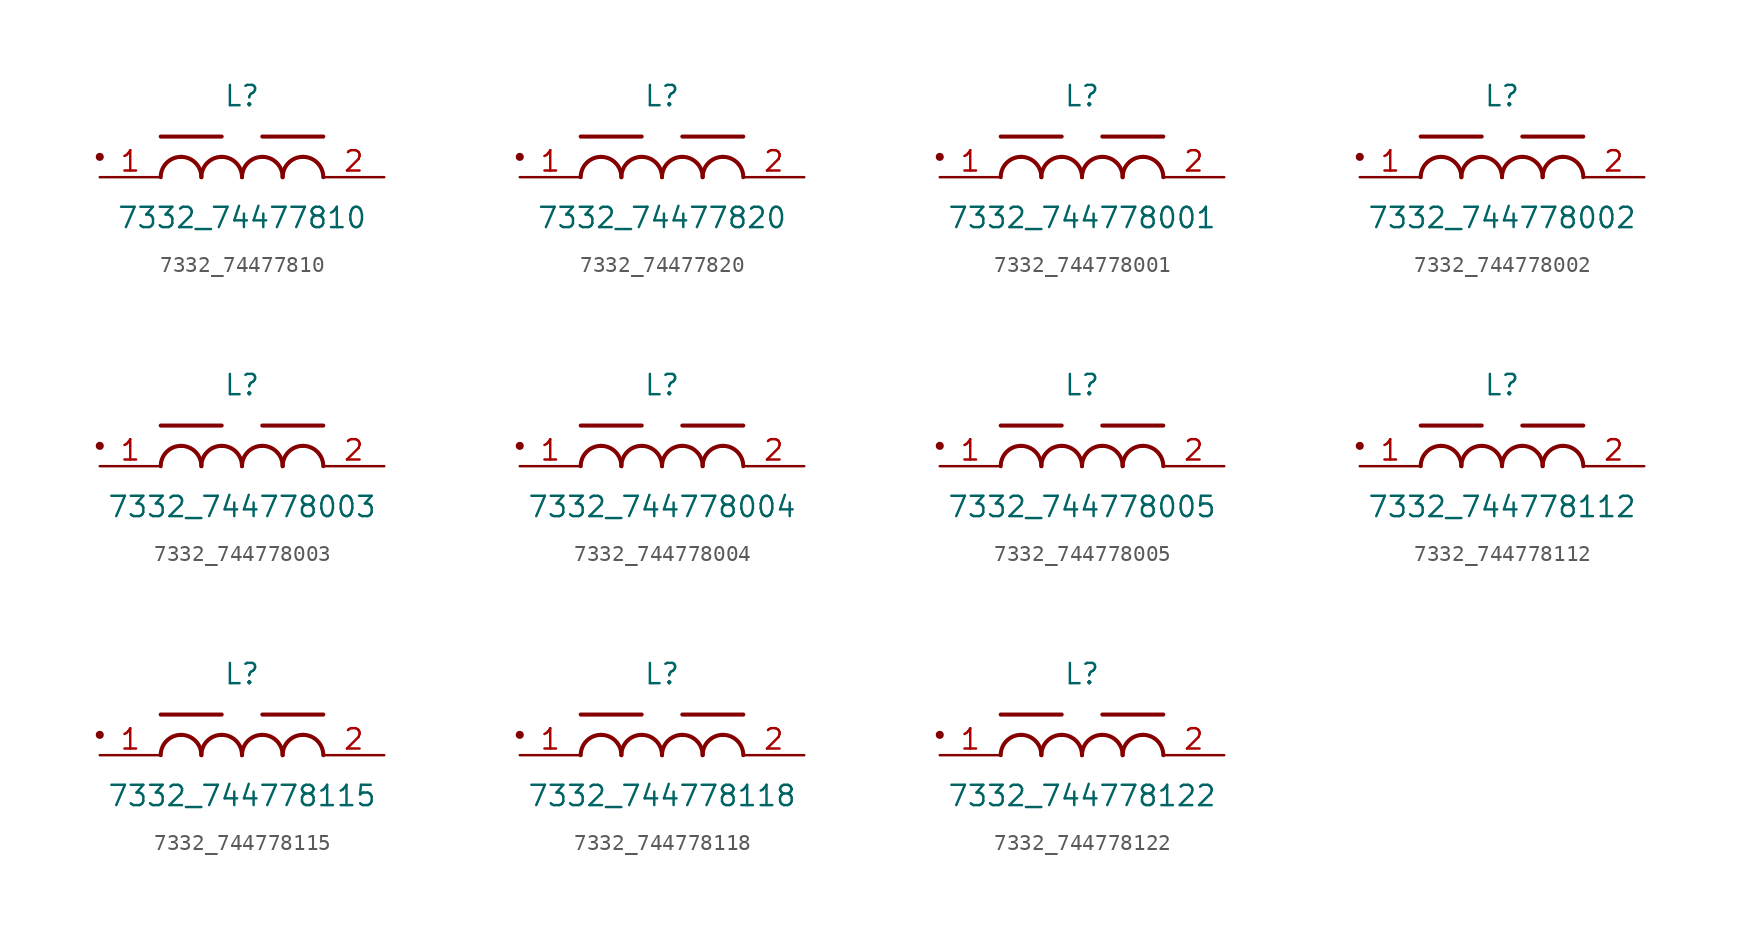
<source format=kicad_sym>
(kicad_symbol_lib
  (version 20211014)
  (generator kicad_symbol_editor)
  (symbol "Inductor_Wurth_WE-PD:7332_74477810"
    (pin_names hide)
    (property "Reference" "L"
      (at 0 5.08 0)
      (effects (font (size 1.27 1.27))))
    (property "Value" "7332_74477810"
      (at 0 -2.54 0)
      (effects (font (size 1.27 1.27))))
    (symbol "7332_74477810_0_1"
      (circle (center -8.89 1.27) (radius 0.0001) (stroke (width 0.254)) (stroke (width 0.254) (type default) (color 0 0 0 0)) (fill (type none)))
      (arc (start -3.81 1.27) (mid -4.708 0.898) (end -5.08 0) (stroke (width 0.254) (type default) (color 0 0 0 0)) (fill (type none)))
      (arc (start -2.54 0) (mid -2.912 0.898) (end -3.81 1.27) (stroke (width 0.254) (type default) (color 0 0 0 0)) (fill (type none)))
      (arc (start -1.2699 1.2701) (mid -2.1679 0.8981) (end -2.5399 0.0001) (stroke (width 0.254) (type default) (color 0 0 0 0)) (fill (type none)))
      (polyline (pts (xy -5.08 2.54) (xy -1.27 2.54)) (stroke (width 0.254) (type default) (color 0 0 0 0)) (fill (type none)))
      (polyline (pts (xy 5.08 2.54) (xy 1.27 2.54)) (stroke (width 0.254) (type default) (color 0 0 0 0)) (fill (type none)))
      (arc (start 0.0001 0.0001) (mid -0.3719 0.8981) (end -1.2699 1.2701) (stroke (width 0.254) (type default) (color 0 0 0 0)) (fill (type none)))
      (arc (start 1.2701 1.2701) (mid 0.3721 0.8981) (end 0.0001 0.0001) (stroke (width 0.254) (type default) (color 0 0 0 0)) (fill (type none)))
      (arc (start 2.5401 0.0001) (mid 2.1681 0.8981) (end 1.2701 1.2701) (stroke (width 0.254) (type default) (color 0 0 0 0)) (fill (type none)))
      (arc (start 3.8101 1.2701) (mid 2.9121 0.8981) (end 2.5401 0.0001) (stroke (width 0.254) (type default) (color 0 0 0 0)) (fill (type none)))
      (arc (start 5.0801 0.0001) (mid 4.7081 0.8981) (end 3.8101 1.2701) (stroke (width 0.254) (type default) (color 0 0 0 0)) (fill (type none))))
    (symbol "7332_74477810_1_1"
      (pin passive line (at -8.89 0 0) (length 3.81) (name "1" (effects (font (size 1.27 1.27)))) (number "1" (effects (font (size 1.27 1.27)))))
      (pin passive line (at 8.89 0 180) (length 3.81) (name "2" (effects (font (size 1.27 1.27)))) (number "2" (effects (font (size 1.27 1.27)))))))
  (symbol "Inductor_Wurth_WE-PD:7332_74477820"
    (pin_names hide)
    (property "Reference" "L"
      (at 0 5.08 0)
      (effects (font (size 1.27 1.27))))
    (property "Value" "7332_74477820"
      (at 0 -2.54 0)
      (effects (font (size 1.27 1.27))))
    (symbol "7332_74477820_0_1"
      (circle (center -8.89 1.27) (radius 0.0001) (stroke (width 0.254)) (stroke (width 0.254) (type default) (color 0 0 0 0)) (fill (type none)))
      (arc (start -3.81 1.27) (mid -4.708 0.898) (end -5.08 0) (stroke (width 0.254) (type default) (color 0 0 0 0)) (fill (type none)))
      (arc (start -2.54 0) (mid -2.912 0.898) (end -3.81 1.27) (stroke (width 0.254) (type default) (color 0 0 0 0)) (fill (type none)))
      (arc (start -1.2699 1.2701) (mid -2.1679 0.8981) (end -2.5399 0.0001) (stroke (width 0.254) (type default) (color 0 0 0 0)) (fill (type none)))
      (polyline (pts (xy -5.08 2.54) (xy -1.27 2.54)) (stroke (width 0.254) (type default) (color 0 0 0 0)) (fill (type none)))
      (polyline (pts (xy 5.08 2.54) (xy 1.27 2.54)) (stroke (width 0.254) (type default) (color 0 0 0 0)) (fill (type none)))
      (arc (start 0.0001 0.0001) (mid -0.3719 0.8981) (end -1.2699 1.2701) (stroke (width 0.254) (type default) (color 0 0 0 0)) (fill (type none)))
      (arc (start 1.2701 1.2701) (mid 0.3721 0.8981) (end 0.0001 0.0001) (stroke (width 0.254) (type default) (color 0 0 0 0)) (fill (type none)))
      (arc (start 2.5401 0.0001) (mid 2.1681 0.8981) (end 1.2701 1.2701) (stroke (width 0.254) (type default) (color 0 0 0 0)) (fill (type none)))
      (arc (start 3.8101 1.2701) (mid 2.9121 0.8981) (end 2.5401 0.0001) (stroke (width 0.254) (type default) (color 0 0 0 0)) (fill (type none)))
      (arc (start 5.0801 0.0001) (mid 4.7081 0.8981) (end 3.8101 1.2701) (stroke (width 0.254) (type default) (color 0 0 0 0)) (fill (type none))))
    (symbol "7332_74477820_1_1"
      (pin passive line (at -8.89 0 0) (length 3.81) (name "1" (effects (font (size 1.27 1.27)))) (number "1" (effects (font (size 1.27 1.27)))))
      (pin passive line (at 8.89 0 180) (length 3.81) (name "2" (effects (font (size 1.27 1.27)))) (number "2" (effects (font (size 1.27 1.27)))))))
  (symbol "Inductor_Wurth_WE-PD:7332_744778001"
    (pin_names hide)
    (property "Reference" "L"
      (at 0 5.08 0)
      (effects (font (size 1.27 1.27))))
    (property "Value" "7332_744778001"
      (at 0 -2.54 0)
      (effects (font (size 1.27 1.27))))
    (symbol "7332_744778001_0_1"
      (circle (center -8.89 1.27) (radius 0.0001) (stroke (width 0.254)) (stroke (width 0.254) (type default) (color 0 0 0 0)) (fill (type none)))
      (arc (start -3.81 1.27) (mid -4.708 0.898) (end -5.08 0) (stroke (width 0.254) (type default) (color 0 0 0 0)) (fill (type none)))
      (arc (start -2.54 0) (mid -2.912 0.898) (end -3.81 1.27) (stroke (width 0.254) (type default) (color 0 0 0 0)) (fill (type none)))
      (arc (start -1.2699 1.2701) (mid -2.1679 0.8981) (end -2.5399 0.0001) (stroke (width 0.254) (type default) (color 0 0 0 0)) (fill (type none)))
      (polyline (pts (xy -5.08 2.54) (xy -1.27 2.54)) (stroke (width 0.254) (type default) (color 0 0 0 0)) (fill (type none)))
      (polyline (pts (xy 5.08 2.54) (xy 1.27 2.54)) (stroke (width 0.254) (type default) (color 0 0 0 0)) (fill (type none)))
      (arc (start 0.0001 0.0001) (mid -0.3719 0.8981) (end -1.2699 1.2701) (stroke (width 0.254) (type default) (color 0 0 0 0)) (fill (type none)))
      (arc (start 1.2701 1.2701) (mid 0.3721 0.8981) (end 0.0001 0.0001) (stroke (width 0.254) (type default) (color 0 0 0 0)) (fill (type none)))
      (arc (start 2.5401 0.0001) (mid 2.1681 0.8981) (end 1.2701 1.2701) (stroke (width 0.254) (type default) (color 0 0 0 0)) (fill (type none)))
      (arc (start 3.8101 1.2701) (mid 2.9121 0.8981) (end 2.5401 0.0001) (stroke (width 0.254) (type default) (color 0 0 0 0)) (fill (type none)))
      (arc (start 5.0801 0.0001) (mid 4.7081 0.8981) (end 3.8101 1.2701) (stroke (width 0.254) (type default) (color 0 0 0 0)) (fill (type none))))
    (symbol "7332_744778001_1_1"
      (pin passive line (at -8.89 0 0) (length 3.81) (name "1" (effects (font (size 1.27 1.27)))) (number "1" (effects (font (size 1.27 1.27)))))
      (pin passive line (at 8.89 0 180) (length 3.81) (name "2" (effects (font (size 1.27 1.27)))) (number "2" (effects (font (size 1.27 1.27)))))))
  (symbol "Inductor_Wurth_WE-PD:7332_744778002"
    (pin_names hide)
    (property "Reference" "L"
      (at 0 5.08 0)
      (effects (font (size 1.27 1.27))))
    (property "Value" "7332_744778002"
      (at 0 -2.54 0)
      (effects (font (size 1.27 1.27))))
    (symbol "7332_744778002_0_1"
      (circle (center -8.89 1.27) (radius 0.0001) (stroke (width 0.254)) (stroke (width 0.254) (type default) (color 0 0 0 0)) (fill (type none)))
      (arc (start -3.81 1.27) (mid -4.708 0.898) (end -5.08 0) (stroke (width 0.254) (type default) (color 0 0 0 0)) (fill (type none)))
      (arc (start -2.54 0) (mid -2.912 0.898) (end -3.81 1.27) (stroke (width 0.254) (type default) (color 0 0 0 0)) (fill (type none)))
      (arc (start -1.2699 1.2701) (mid -2.1679 0.8981) (end -2.5399 0.0001) (stroke (width 0.254) (type default) (color 0 0 0 0)) (fill (type none)))
      (polyline (pts (xy -5.08 2.54) (xy -1.27 2.54)) (stroke (width 0.254) (type default) (color 0 0 0 0)) (fill (type none)))
      (polyline (pts (xy 5.08 2.54) (xy 1.27 2.54)) (stroke (width 0.254) (type default) (color 0 0 0 0)) (fill (type none)))
      (arc (start 0.0001 0.0001) (mid -0.3719 0.8981) (end -1.2699 1.2701) (stroke (width 0.254) (type default) (color 0 0 0 0)) (fill (type none)))
      (arc (start 1.2701 1.2701) (mid 0.3721 0.8981) (end 0.0001 0.0001) (stroke (width 0.254) (type default) (color 0 0 0 0)) (fill (type none)))
      (arc (start 2.5401 0.0001) (mid 2.1681 0.8981) (end 1.2701 1.2701) (stroke (width 0.254) (type default) (color 0 0 0 0)) (fill (type none)))
      (arc (start 3.8101 1.2701) (mid 2.9121 0.8981) (end 2.5401 0.0001) (stroke (width 0.254) (type default) (color 0 0 0 0)) (fill (type none)))
      (arc (start 5.0801 0.0001) (mid 4.7081 0.8981) (end 3.8101 1.2701) (stroke (width 0.254) (type default) (color 0 0 0 0)) (fill (type none))))
    (symbol "7332_744778002_1_1"
      (pin passive line (at -8.89 0 0) (length 3.81) (name "1" (effects (font (size 1.27 1.27)))) (number "1" (effects (font (size 1.27 1.27)))))
      (pin passive line (at 8.89 0 180) (length 3.81) (name "2" (effects (font (size 1.27 1.27)))) (number "2" (effects (font (size 1.27 1.27)))))))
  (symbol "Inductor_Wurth_WE-PD:7332_744778003"
    (pin_names hide)
    (property "Reference" "L"
      (at 0 5.08 0)
      (effects (font (size 1.27 1.27))))
    (property "Value" "7332_744778003"
      (at 0 -2.54 0)
      (effects (font (size 1.27 1.27))))
    (symbol "7332_744778003_0_1"
      (circle (center -8.89 1.27) (radius 0.0001) (stroke (width 0.254)) (stroke (width 0.254) (type default) (color 0 0 0 0)) (fill (type none)))
      (arc (start -3.81 1.27) (mid -4.708 0.898) (end -5.08 0) (stroke (width 0.254) (type default) (color 0 0 0 0)) (fill (type none)))
      (arc (start -2.54 0) (mid -2.912 0.898) (end -3.81 1.27) (stroke (width 0.254) (type default) (color 0 0 0 0)) (fill (type none)))
      (arc (start -1.2699 1.2701) (mid -2.1679 0.8981) (end -2.5399 0.0001) (stroke (width 0.254) (type default) (color 0 0 0 0)) (fill (type none)))
      (polyline (pts (xy -5.08 2.54) (xy -1.27 2.54)) (stroke (width 0.254) (type default) (color 0 0 0 0)) (fill (type none)))
      (polyline (pts (xy 5.08 2.54) (xy 1.27 2.54)) (stroke (width 0.254) (type default) (color 0 0 0 0)) (fill (type none)))
      (arc (start 0.0001 0.0001) (mid -0.3719 0.8981) (end -1.2699 1.2701) (stroke (width 0.254) (type default) (color 0 0 0 0)) (fill (type none)))
      (arc (start 1.2701 1.2701) (mid 0.3721 0.8981) (end 0.0001 0.0001) (stroke (width 0.254) (type default) (color 0 0 0 0)) (fill (type none)))
      (arc (start 2.5401 0.0001) (mid 2.1681 0.8981) (end 1.2701 1.2701) (stroke (width 0.254) (type default) (color 0 0 0 0)) (fill (type none)))
      (arc (start 3.8101 1.2701) (mid 2.9121 0.8981) (end 2.5401 0.0001) (stroke (width 0.254) (type default) (color 0 0 0 0)) (fill (type none)))
      (arc (start 5.0801 0.0001) (mid 4.7081 0.8981) (end 3.8101 1.2701) (stroke (width 0.254) (type default) (color 0 0 0 0)) (fill (type none))))
    (symbol "7332_744778003_1_1"
      (pin passive line (at -8.89 0 0) (length 3.81) (name "1" (effects (font (size 1.27 1.27)))) (number "1" (effects (font (size 1.27 1.27)))))
      (pin passive line (at 8.89 0 180) (length 3.81) (name "2" (effects (font (size 1.27 1.27)))) (number "2" (effects (font (size 1.27 1.27)))))))
  (symbol "Inductor_Wurth_WE-PD:7332_744778004"
    (pin_names hide)
    (property "Reference" "L"
      (at 0 5.08 0)
      (effects (font (size 1.27 1.27))))
    (property "Value" "7332_744778004"
      (at 0 -2.54 0)
      (effects (font (size 1.27 1.27))))
    (symbol "7332_744778004_0_1"
      (circle (center -8.89 1.27) (radius 0.0001) (stroke (width 0.254)) (stroke (width 0.254) (type default) (color 0 0 0 0)) (fill (type none)))
      (arc (start -3.81 1.27) (mid -4.708 0.898) (end -5.08 0) (stroke (width 0.254) (type default) (color 0 0 0 0)) (fill (type none)))
      (arc (start -2.54 0) (mid -2.912 0.898) (end -3.81 1.27) (stroke (width 0.254) (type default) (color 0 0 0 0)) (fill (type none)))
      (arc (start -1.2699 1.2701) (mid -2.1679 0.8981) (end -2.5399 0.0001) (stroke (width 0.254) (type default) (color 0 0 0 0)) (fill (type none)))
      (polyline (pts (xy -5.08 2.54) (xy -1.27 2.54)) (stroke (width 0.254) (type default) (color 0 0 0 0)) (fill (type none)))
      (polyline (pts (xy 5.08 2.54) (xy 1.27 2.54)) (stroke (width 0.254) (type default) (color 0 0 0 0)) (fill (type none)))
      (arc (start 0.0001 0.0001) (mid -0.3719 0.8981) (end -1.2699 1.2701) (stroke (width 0.254) (type default) (color 0 0 0 0)) (fill (type none)))
      (arc (start 1.2701 1.2701) (mid 0.3721 0.8981) (end 0.0001 0.0001) (stroke (width 0.254) (type default) (color 0 0 0 0)) (fill (type none)))
      (arc (start 2.5401 0.0001) (mid 2.1681 0.8981) (end 1.2701 1.2701) (stroke (width 0.254) (type default) (color 0 0 0 0)) (fill (type none)))
      (arc (start 3.8101 1.2701) (mid 2.9121 0.8981) (end 2.5401 0.0001) (stroke (width 0.254) (type default) (color 0 0 0 0)) (fill (type none)))
      (arc (start 5.0801 0.0001) (mid 4.7081 0.8981) (end 3.8101 1.2701) (stroke (width 0.254) (type default) (color 0 0 0 0)) (fill (type none))))
    (symbol "7332_744778004_1_1"
      (pin passive line (at -8.89 0 0) (length 3.81) (name "1" (effects (font (size 1.27 1.27)))) (number "1" (effects (font (size 1.27 1.27)))))
      (pin passive line (at 8.89 0 180) (length 3.81) (name "2" (effects (font (size 1.27 1.27)))) (number "2" (effects (font (size 1.27 1.27)))))))
  (symbol "Inductor_Wurth_WE-PD:7332_744778005"
    (pin_names hide)
    (property "Reference" "L"
      (at 0 5.08 0)
      (effects (font (size 1.27 1.27))))
    (property "Value" "7332_744778005"
      (at 0 -2.54 0)
      (effects (font (size 1.27 1.27))))
    (symbol "7332_744778005_0_1"
      (circle (center -8.89 1.27) (radius 0.0001) (stroke (width 0.254)) (stroke (width 0.254) (type default) (color 0 0 0 0)) (fill (type none)))
      (arc (start -3.81 1.27) (mid -4.708 0.898) (end -5.08 0) (stroke (width 0.254) (type default) (color 0 0 0 0)) (fill (type none)))
      (arc (start -2.54 0) (mid -2.912 0.898) (end -3.81 1.27) (stroke (width 0.254) (type default) (color 0 0 0 0)) (fill (type none)))
      (arc (start -1.2699 1.2701) (mid -2.1679 0.8981) (end -2.5399 0.0001) (stroke (width 0.254) (type default) (color 0 0 0 0)) (fill (type none)))
      (polyline (pts (xy -5.08 2.54) (xy -1.27 2.54)) (stroke (width 0.254) (type default) (color 0 0 0 0)) (fill (type none)))
      (polyline (pts (xy 5.08 2.54) (xy 1.27 2.54)) (stroke (width 0.254) (type default) (color 0 0 0 0)) (fill (type none)))
      (arc (start 0.0001 0.0001) (mid -0.3719 0.8981) (end -1.2699 1.2701) (stroke (width 0.254) (type default) (color 0 0 0 0)) (fill (type none)))
      (arc (start 1.2701 1.2701) (mid 0.3721 0.8981) (end 0.0001 0.0001) (stroke (width 0.254) (type default) (color 0 0 0 0)) (fill (type none)))
      (arc (start 2.5401 0.0001) (mid 2.1681 0.8981) (end 1.2701 1.2701) (stroke (width 0.254) (type default) (color 0 0 0 0)) (fill (type none)))
      (arc (start 3.8101 1.2701) (mid 2.9121 0.8981) (end 2.5401 0.0001) (stroke (width 0.254) (type default) (color 0 0 0 0)) (fill (type none)))
      (arc (start 5.0801 0.0001) (mid 4.7081 0.8981) (end 3.8101 1.2701) (stroke (width 0.254) (type default) (color 0 0 0 0)) (fill (type none))))
    (symbol "7332_744778005_1_1"
      (pin passive line (at -8.89 0 0) (length 3.81) (name "1" (effects (font (size 1.27 1.27)))) (number "1" (effects (font (size 1.27 1.27)))))
      (pin passive line (at 8.89 0 180) (length 3.81) (name "2" (effects (font (size 1.27 1.27)))) (number "2" (effects (font (size 1.27 1.27)))))))
  (symbol "Inductor_Wurth_WE-PD:7332_744778112"
    (pin_names hide)
    (property "Reference" "L"
      (at 0 5.08 0)
      (effects (font (size 1.27 1.27))))
    (property "Value" "7332_744778112"
      (at 0 -2.54 0)
      (effects (font (size 1.27 1.27))))
    (symbol "7332_744778112_0_1"
      (circle (center -8.89 1.27) (radius 0.0001) (stroke (width 0.254)) (stroke (width 0.254) (type default) (color 0 0 0 0)) (fill (type none)))
      (arc (start -3.81 1.27) (mid -4.708 0.898) (end -5.08 0) (stroke (width 0.254) (type default) (color 0 0 0 0)) (fill (type none)))
      (arc (start -2.54 0) (mid -2.912 0.898) (end -3.81 1.27) (stroke (width 0.254) (type default) (color 0 0 0 0)) (fill (type none)))
      (arc (start -1.2699 1.2701) (mid -2.1679 0.8981) (end -2.5399 0.0001) (stroke (width 0.254) (type default) (color 0 0 0 0)) (fill (type none)))
      (polyline (pts (xy -5.08 2.54) (xy -1.27 2.54)) (stroke (width 0.254) (type default) (color 0 0 0 0)) (fill (type none)))
      (polyline (pts (xy 5.08 2.54) (xy 1.27 2.54)) (stroke (width 0.254) (type default) (color 0 0 0 0)) (fill (type none)))
      (arc (start 0.0001 0.0001) (mid -0.3719 0.8981) (end -1.2699 1.2701) (stroke (width 0.254) (type default) (color 0 0 0 0)) (fill (type none)))
      (arc (start 1.2701 1.2701) (mid 0.3721 0.8981) (end 0.0001 0.0001) (stroke (width 0.254) (type default) (color 0 0 0 0)) (fill (type none)))
      (arc (start 2.5401 0.0001) (mid 2.1681 0.8981) (end 1.2701 1.2701) (stroke (width 0.254) (type default) (color 0 0 0 0)) (fill (type none)))
      (arc (start 3.8101 1.2701) (mid 2.9121 0.8981) (end 2.5401 0.0001) (stroke (width 0.254) (type default) (color 0 0 0 0)) (fill (type none)))
      (arc (start 5.0801 0.0001) (mid 4.7081 0.8981) (end 3.8101 1.2701) (stroke (width 0.254) (type default) (color 0 0 0 0)) (fill (type none))))
    (symbol "7332_744778112_1_1"
      (pin passive line (at -8.89 0 0) (length 3.81) (name "1" (effects (font (size 1.27 1.27)))) (number "1" (effects (font (size 1.27 1.27)))))
      (pin passive line (at 8.89 0 180) (length 3.81) (name "2" (effects (font (size 1.27 1.27)))) (number "2" (effects (font (size 1.27 1.27)))))))
  (symbol "Inductor_Wurth_WE-PD:7332_744778115"
    (pin_names hide)
    (property "Reference" "L"
      (at 0 5.08 0)
      (effects (font (size 1.27 1.27))))
    (property "Value" "7332_744778115"
      (at 0 -2.54 0)
      (effects (font (size 1.27 1.27))))
    (symbol "7332_744778115_0_1"
      (circle (center -8.89 1.27) (radius 0.0001) (stroke (width 0.254)) (stroke (width 0.254) (type default) (color 0 0 0 0)) (fill (type none)))
      (arc (start -3.81 1.27) (mid -4.708 0.898) (end -5.08 0) (stroke (width 0.254) (type default) (color 0 0 0 0)) (fill (type none)))
      (arc (start -2.54 0) (mid -2.912 0.898) (end -3.81 1.27) (stroke (width 0.254) (type default) (color 0 0 0 0)) (fill (type none)))
      (arc (start -1.2699 1.2701) (mid -2.1679 0.8981) (end -2.5399 0.0001) (stroke (width 0.254) (type default) (color 0 0 0 0)) (fill (type none)))
      (polyline (pts (xy -5.08 2.54) (xy -1.27 2.54)) (stroke (width 0.254) (type default) (color 0 0 0 0)) (fill (type none)))
      (polyline (pts (xy 5.08 2.54) (xy 1.27 2.54)) (stroke (width 0.254) (type default) (color 0 0 0 0)) (fill (type none)))
      (arc (start 0.0001 0.0001) (mid -0.3719 0.8981) (end -1.2699 1.2701) (stroke (width 0.254) (type default) (color 0 0 0 0)) (fill (type none)))
      (arc (start 1.2701 1.2701) (mid 0.3721 0.8981) (end 0.0001 0.0001) (stroke (width 0.254) (type default) (color 0 0 0 0)) (fill (type none)))
      (arc (start 2.5401 0.0001) (mid 2.1681 0.8981) (end 1.2701 1.2701) (stroke (width 0.254) (type default) (color 0 0 0 0)) (fill (type none)))
      (arc (start 3.8101 1.2701) (mid 2.9121 0.8981) (end 2.5401 0.0001) (stroke (width 0.254) (type default) (color 0 0 0 0)) (fill (type none)))
      (arc (start 5.0801 0.0001) (mid 4.7081 0.8981) (end 3.8101 1.2701) (stroke (width 0.254) (type default) (color 0 0 0 0)) (fill (type none))))
    (symbol "7332_744778115_1_1"
      (pin passive line (at -8.89 0 0) (length 3.81) (name "1" (effects (font (size 1.27 1.27)))) (number "1" (effects (font (size 1.27 1.27)))))
      (pin passive line (at 8.89 0 180) (length 3.81) (name "2" (effects (font (size 1.27 1.27)))) (number "2" (effects (font (size 1.27 1.27)))))))
  (symbol "Inductor_Wurth_WE-PD:7332_744778118"
    (pin_names hide)
    (property "Reference" "L"
      (at 0 5.08 0)
      (effects (font (size 1.27 1.27))))
    (property "Value" "7332_744778118"
      (at 0 -2.54 0)
      (effects (font (size 1.27 1.27))))
    (symbol "7332_744778118_0_1"
      (circle (center -8.89 1.27) (radius 0.0001) (stroke (width 0.254)) (stroke (width 0.254) (type default) (color 0 0 0 0)) (fill (type none)))
      (arc (start -3.81 1.27) (mid -4.708 0.898) (end -5.08 0) (stroke (width 0.254) (type default) (color 0 0 0 0)) (fill (type none)))
      (arc (start -2.54 0) (mid -2.912 0.898) (end -3.81 1.27) (stroke (width 0.254) (type default) (color 0 0 0 0)) (fill (type none)))
      (arc (start -1.2699 1.2701) (mid -2.1679 0.8981) (end -2.5399 0.0001) (stroke (width 0.254) (type default) (color 0 0 0 0)) (fill (type none)))
      (polyline (pts (xy -5.08 2.54) (xy -1.27 2.54)) (stroke (width 0.254) (type default) (color 0 0 0 0)) (fill (type none)))
      (polyline (pts (xy 5.08 2.54) (xy 1.27 2.54)) (stroke (width 0.254) (type default) (color 0 0 0 0)) (fill (type none)))
      (arc (start 0.0001 0.0001) (mid -0.3719 0.8981) (end -1.2699 1.2701) (stroke (width 0.254) (type default) (color 0 0 0 0)) (fill (type none)))
      (arc (start 1.2701 1.2701) (mid 0.3721 0.8981) (end 0.0001 0.0001) (stroke (width 0.254) (type default) (color 0 0 0 0)) (fill (type none)))
      (arc (start 2.5401 0.0001) (mid 2.1681 0.8981) (end 1.2701 1.2701) (stroke (width 0.254) (type default) (color 0 0 0 0)) (fill (type none)))
      (arc (start 3.8101 1.2701) (mid 2.9121 0.8981) (end 2.5401 0.0001) (stroke (width 0.254) (type default) (color 0 0 0 0)) (fill (type none)))
      (arc (start 5.0801 0.0001) (mid 4.7081 0.8981) (end 3.8101 1.2701) (stroke (width 0.254) (type default) (color 0 0 0 0)) (fill (type none))))
    (symbol "7332_744778118_1_1"
      (pin passive line (at -8.89 0 0) (length 3.81) (name "1" (effects (font (size 1.27 1.27)))) (number "1" (effects (font (size 1.27 1.27)))))
      (pin passive line (at 8.89 0 180) (length 3.81) (name "2" (effects (font (size 1.27 1.27)))) (number "2" (effects (font (size 1.27 1.27)))))))
  (symbol "Inductor_Wurth_WE-PD:7332_744778122"
    (pin_names hide)
    (property "Reference" "L"
      (at 0 5.08 0)
      (effects (font (size 1.27 1.27))))
    (property "Value" "7332_744778122"
      (at 0 -2.54 0)
      (effects (font (size 1.27 1.27))))
    (symbol "7332_744778122_0_1"
      (circle (center -8.89 1.27) (radius 0.0001) (stroke (width 0.254)) (stroke (width 0.254) (type default) (color 0 0 0 0)) (fill (type none)))
      (arc (start -3.81 1.27) (mid -4.708 0.898) (end -5.08 0) (stroke (width 0.254) (type default) (color 0 0 0 0)) (fill (type none)))
      (arc (start -2.54 0) (mid -2.912 0.898) (end -3.81 1.27) (stroke (width 0.254) (type default) (color 0 0 0 0)) (fill (type none)))
      (arc (start -1.2699 1.2701) (mid -2.1679 0.8981) (end -2.5399 0.0001) (stroke (width 0.254) (type default) (color 0 0 0 0)) (fill (type none)))
      (polyline (pts (xy -5.08 2.54) (xy -1.27 2.54)) (stroke (width 0.254) (type default) (color 0 0 0 0)) (fill (type none)))
      (polyline (pts (xy 5.08 2.54) (xy 1.27 2.54)) (stroke (width 0.254) (type default) (color 0 0 0 0)) (fill (type none)))
      (arc (start 0.0001 0.0001) (mid -0.3719 0.8981) (end -1.2699 1.2701) (stroke (width 0.254) (type default) (color 0 0 0 0)) (fill (type none)))
      (arc (start 1.2701 1.2701) (mid 0.3721 0.8981) (end 0.0001 0.0001) (stroke (width 0.254) (type default) (color 0 0 0 0)) (fill (type none)))
      (arc (start 2.5401 0.0001) (mid 2.1681 0.8981) (end 1.2701 1.2701) (stroke (width 0.254) (type default) (color 0 0 0 0)) (fill (type none)))
      (arc (start 3.8101 1.2701) (mid 2.9121 0.8981) (end 2.5401 0.0001) (stroke (width 0.254) (type default) (color 0 0 0 0)) (fill (type none)))
      (arc (start 5.0801 0.0001) (mid 4.7081 0.8981) (end 3.8101 1.2701) (stroke (width 0.254) (type default) (color 0 0 0 0)) (fill (type none))))
    (symbol "7332_744778122_1_1"
      (pin passive line (at -8.89 0 0) (length 3.81) (name "1" (effects (font (size 1.27 1.27)))) (number "1" (effects (font (size 1.27 1.27)))))
      (pin passive line (at 8.89 0 180) (length 3.81) (name "2" (effects (font (size 1.27 1.27)))) (number "2" (effects (font (size 1.27 1.27))))))))
</source>
